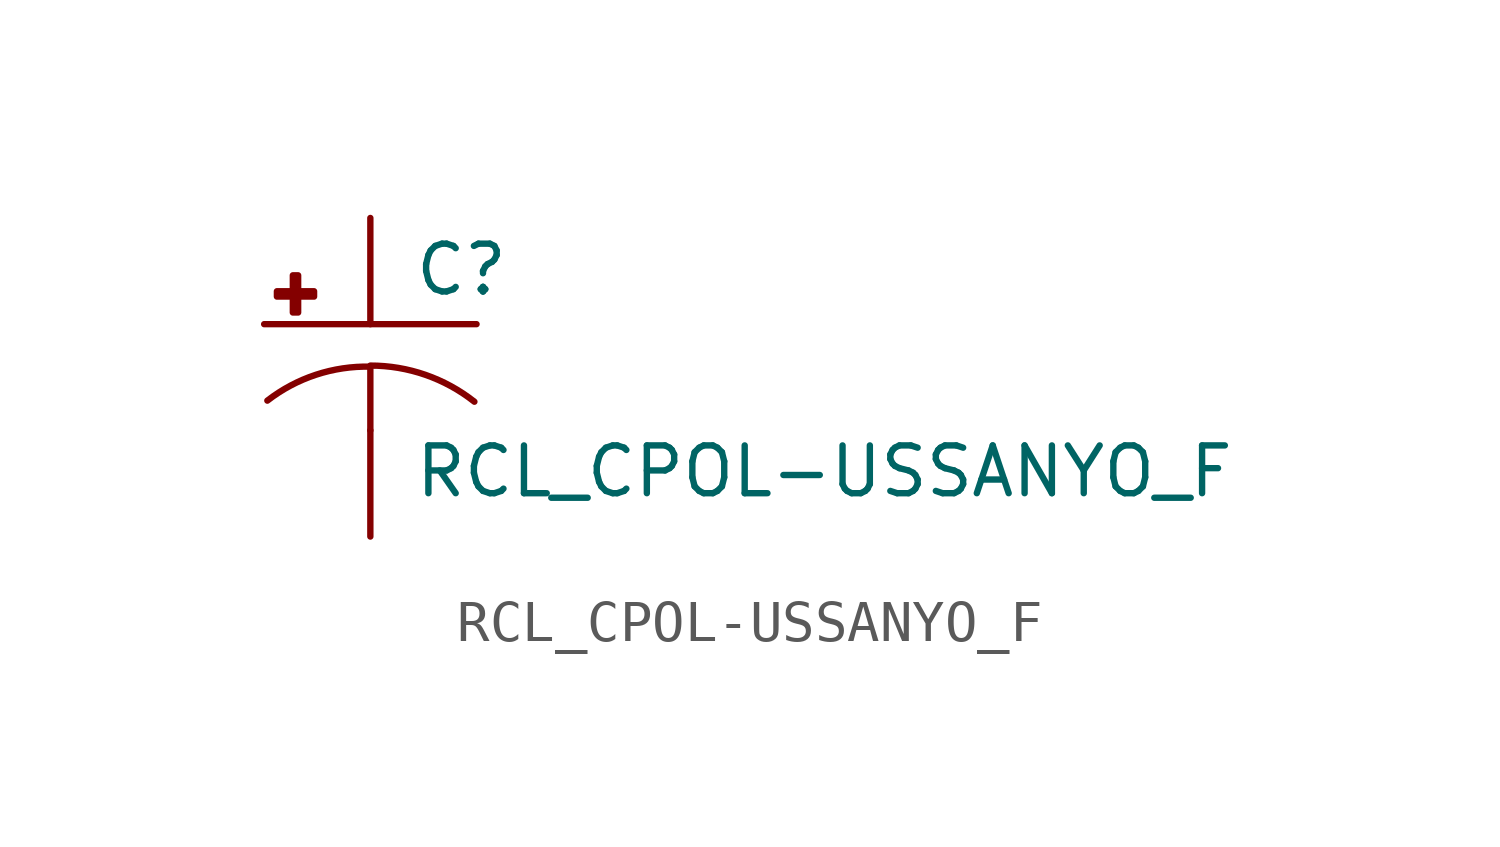
<source format=kicad_sym>
(kicad_symbol_lib
  (version 20210619)
  (generator kicad_symbol_editor)
  (symbol "RCL_CPOL-USSANYO_F"
    (pin_numbers hide)
    (pin_names
      (offset 1.016) hide)
    (property "Reference" "C"
      (at 1.016 0.635 0)
      (effects (font (size 1.143 1.143)) (justify left bottom)))
    (property "Value" "RCL_CPOL-USSANYO_F"
      (at 1.016 -4.191 0)
      (effects (font (size 1.143 1.143)) (justify left bottom)))
    (property "ki_locked" ""
      (at 0 0 0)
      (effects (font (size 1.27 1.27))))
    (symbol "RCL_CPOL-USSANYO_F_1_0"
      (polyline (pts (xy -2.54 0) (xy 2.54 0)) (stroke (width 0)) (fill (type none)))
      (polyline (pts (xy 0 -1.016) (xy 0 -2.54)) (stroke (width 0)) (fill (type none)))
      (polyline (pts (xy 0 -1.016) (xy 0 -1.016)) (stroke (width 0)) (fill (type none))))
    (symbol "RCL_CPOL-USSANYO_F_1_1"
      (arc (start 0 -1.016) (end -2.4638 -1.8288) (radius (at 0 -5.0546) (length 4.0386) (angles 90.1 127.3)) (stroke (width 0)) (fill (type none)))
      (arc (start 2.4892 -1.8542) (end 0 -0.9906) (radius (at 0 -5.0292) (length 4.0386) (angles 52.3 89.9)) (stroke (width 0)) (fill (type none)))
      (rectangle (start -2.235 0.66) (end -1.346 0.787) (stroke (width 0)) (fill (type outline)))
      (rectangle (start -1.854 0.279) (end -1.727 1.168) (stroke (width 0)) (fill (type outline)))
      (pin passive line (at 0 2.54 270) (length 2.54) (name "+" (effects (font (size 1.016 1.016)))) (number "+" (effects (font (size 1.016 1.016)))))
      (pin passive line (at 0 -5.08 90) (length 2.54) (name "-" (effects (font (size 1.016 1.016)))) (number "-" (effects (font (size 1.016 1.016))))))))
</source>
